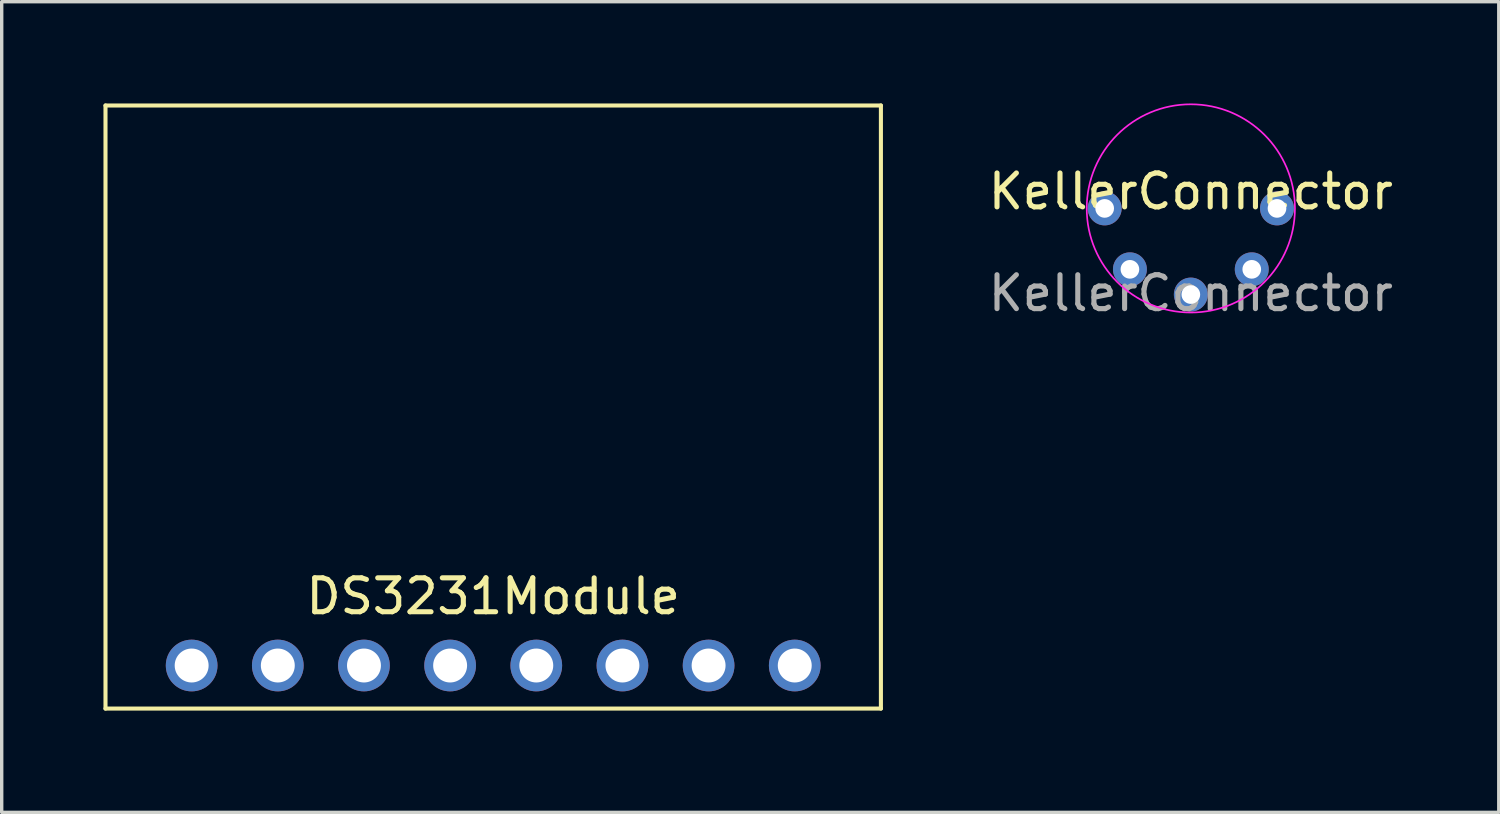
<source format=kicad_pcb>
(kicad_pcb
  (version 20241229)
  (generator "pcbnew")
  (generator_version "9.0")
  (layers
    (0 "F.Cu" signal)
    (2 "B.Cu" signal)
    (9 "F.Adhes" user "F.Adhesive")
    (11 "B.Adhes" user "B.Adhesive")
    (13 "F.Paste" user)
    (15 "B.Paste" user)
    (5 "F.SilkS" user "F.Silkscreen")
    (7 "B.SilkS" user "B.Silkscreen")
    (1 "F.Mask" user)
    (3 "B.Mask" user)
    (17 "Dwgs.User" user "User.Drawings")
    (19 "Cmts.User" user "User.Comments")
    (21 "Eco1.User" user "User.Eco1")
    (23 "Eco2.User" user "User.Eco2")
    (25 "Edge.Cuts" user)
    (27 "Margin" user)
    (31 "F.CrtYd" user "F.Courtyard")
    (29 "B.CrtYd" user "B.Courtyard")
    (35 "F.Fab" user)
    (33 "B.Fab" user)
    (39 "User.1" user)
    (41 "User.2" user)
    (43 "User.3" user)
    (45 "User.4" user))
  (footprint "KellerConnector"
    (layer "F.Cu")
    (at 32.057 3.094)
    (property "Reference" "KellerConnector" (at 0 -0.5 0) (unlocked yes) (layer "F.SilkS") (effects (font (size 1 1) (thickness 0.15))))
    (attr through_hole)
    (fp_circle (center 0 0) (end -2.794 -1.27) (stroke (width 0.05) (type solid)) (fill no) (layer "F.CrtYd"))
    (fp_text user "${REFERENCE}" (at 0 2.5 0) (unlocked yes) (layer "F.Fab") (effects (font (size 1 1) (thickness 0.15))))
    (pad "1" thru_hole circle (at -2.54 0) (size 1 1) (drill 0.55) (layers "*.Cu" "*.Mask"))
    (pad "2" thru_hole circle (at -1.796 1.796) (size 1 1) (drill 0.55) (layers "*.Cu" "*.Mask"))
    (pad "3" thru_hole circle (at 0 2.54) (size 1 1) (drill 0.55) (layers "*.Cu" "*.Mask"))
    (pad "4" thru_hole circle (at 1.796 1.796) (size 1 1) (drill 0.55) (layers "*.Cu" "*.Mask"))
    (pad "5" thru_hole circle (at 2.54 0) (size 1 1) (drill 0.55) (layers "*.Cu" "*.Mask")))
  (footprint "DS3231Module"
    (layer "F.Cu")
    (at 11.49 14.03)
    (property "Reference" "DS3231Module" (at 0 0.5 0) (layer "F.SilkS") (effects (font (size 1 1) (thickness 0.15))))
    (attr through_hole)
    (fp_line (start -11.43 -13.97) (end 11.43 -13.97) (stroke (width 0.12) (type solid)) (layer "F.SilkS"))
    (fp_line (start -11.43 3.81) (end -11.43 -13.97) (stroke (width 0.12) (type solid)) (layer "F.SilkS"))
    (fp_line (start 11.43 -13.97) (end 11.43 3.81) (stroke (width 0.12) (type solid)) (layer "F.SilkS"))
    (fp_line (start 11.43 3.81) (end -11.43 3.81) (stroke (width 0.12) (type solid)) (layer "F.SilkS"))
    (pad "1" thru_hole circle (at -8.89 2.54) (size 1.524 1.524) (drill 1) (layers "*.Cu" "*.Mask"))
    (pad "2" thru_hole circle (at -6.35 2.54) (size 1.524 1.524) (drill 1) (layers "*.Cu" "*.Mask"))
    (pad "3" thru_hole circle (at -3.81 2.54) (size 1.524 1.524) (drill 1) (layers "*.Cu" "*.Mask"))
    (pad "4" thru_hole circle (at -1.27 2.54) (size 1.524 1.524) (drill 1) (layers "*.Cu" "*.Mask"))
    (pad "5" thru_hole circle (at 1.27 2.54) (size 1.524 1.524) (drill 1) (layers "*.Cu" "*.Mask"))
    (pad "6" thru_hole circle (at 3.81 2.54) (size 1.524 1.524) (drill 1) (layers "*.Cu" "*.Mask"))
    (pad "7" thru_hole circle (at 6.35 2.54) (size 1.524 1.524) (drill 1) (layers "*.Cu" "*.Mask"))
    (pad "8" thru_hole circle (at 8.89 2.54) (size 1.524 1.524) (drill 1) (layers "*.Cu" "*.Mask")))
  (gr_rect
    (start -3 -3)
    (end 41.135 20.9)
    (stroke (width 0.1) (type default))
    (fill no)
    (layer "Edge.Cuts")))
</source>
